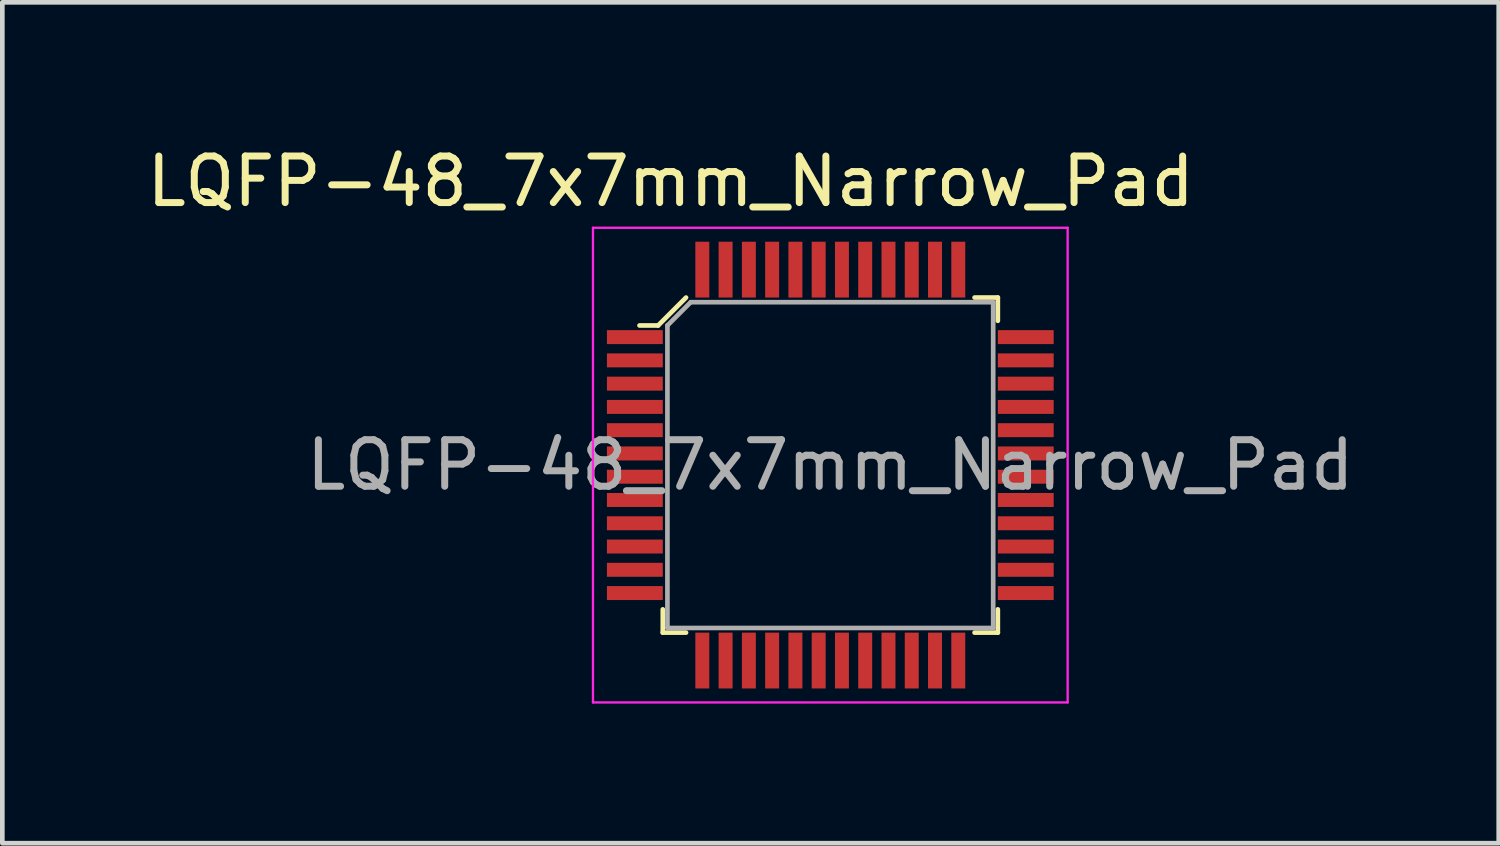
<source format=kicad_pcb>
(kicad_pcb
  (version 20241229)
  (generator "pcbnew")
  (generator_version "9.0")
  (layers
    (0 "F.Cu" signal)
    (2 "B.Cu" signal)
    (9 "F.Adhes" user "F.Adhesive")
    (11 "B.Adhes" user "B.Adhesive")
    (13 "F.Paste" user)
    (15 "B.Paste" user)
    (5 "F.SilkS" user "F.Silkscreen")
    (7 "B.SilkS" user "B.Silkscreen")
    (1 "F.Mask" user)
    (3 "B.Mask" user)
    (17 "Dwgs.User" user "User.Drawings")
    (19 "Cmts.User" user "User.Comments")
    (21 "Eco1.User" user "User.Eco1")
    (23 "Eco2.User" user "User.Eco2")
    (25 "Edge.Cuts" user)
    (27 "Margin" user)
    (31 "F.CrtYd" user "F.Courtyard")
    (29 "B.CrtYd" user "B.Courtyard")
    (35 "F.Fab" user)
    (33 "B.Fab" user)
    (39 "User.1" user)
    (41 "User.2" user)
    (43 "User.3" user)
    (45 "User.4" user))
  (footprint "LQFP-48_7x7mm_Narrow_Pad"
    (layer "F.Cu")
    (at 14.792 6.944)
    (property "Reference" "LQFP-48_7x7mm_Narrow_Pad" (at -3.429 -6.096 0) (layer "F.SilkS") (effects (font (size 1 1) (thickness 0.15))))
    (attr smd)
    (fp_line (start -3.7 -3) (end -4.1 -3) (stroke (width 0.1) (type solid)) (layer "F.SilkS"))
    (fp_line (start -3.6 3.1) (end -3.6 3.6) (stroke (width 0.1) (type solid)) (layer "F.SilkS"))
    (fp_line (start -3.6 3.6) (end -3.1 3.6) (stroke (width 0.1) (type solid)) (layer "F.SilkS"))
    (fp_line (start -3.1 -3.6) (end -3.7 -3) (stroke (width 0.1) (type solid)) (layer "F.SilkS"))
    (fp_line (start 3.1 -3.6) (end 3.6 -3.6) (stroke (width 0.1) (type solid)) (layer "F.SilkS"))
    (fp_line (start 3.6 -3.6) (end 3.6 -3.1) (stroke (width 0.1) (type solid)) (layer "F.SilkS"))
    (fp_line (start 3.6 3.1) (end 3.6 3.6) (stroke (width 0.1) (type solid)) (layer "F.SilkS"))
    (fp_line (start 3.6 3.6) (end 3.1 3.6) (stroke (width 0.1) (type solid)) (layer "F.SilkS"))
    (fp_line (start -5.1 -5.1) (end -5.1 5.1) (stroke (width 0.05) (type solid)) (layer "F.CrtYd"))
    (fp_line (start -5.1 -5.1) (end 5.1 -5.1) (stroke (width 0.05) (type solid)) (layer "F.CrtYd"))
    (fp_line (start -5.1 5.1) (end 5.1 5.1) (stroke (width 0.05) (type solid)) (layer "F.CrtYd"))
    (fp_line (start 5.1 5.1) (end 5.1 -5.1) (stroke (width 0.05) (type solid)) (layer "F.CrtYd"))
    (fp_line (start -3.5 -3) (end -3.5 3.5) (stroke (width 0.1) (type solid)) (layer "F.Fab"))
    (fp_line (start -3.5 3.5) (end 3.5 3.5) (stroke (width 0.1) (type solid)) (layer "F.Fab"))
    (fp_line (start -3 -3.5) (end -3.5 -3) (stroke (width 0.1) (type solid)) (layer "F.Fab"))
    (fp_line (start -3 -3.5) (end 3.5 -3.5) (stroke (width 0.1) (type solid)) (layer "F.Fab"))
    (fp_line (start 3.5 -3.5) (end 3.5 3.5) (stroke (width 0.1) (type solid)) (layer "F.Fab"))
    (fp_text user "${REFERENCE}" (at 0 0 0) (layer "F.Fab") (effects (font (size 1 1) (thickness 0.15))))
    (pad "1" smd rect (at -4.2 -2.75) (size 1.2 0.3) (layers "F.Cu" "F.Mask" "F.Paste"))
    (pad "2" smd rect (at -4.2 -2.25) (size 1.2 0.3) (layers "F.Cu" "F.Mask" "F.Paste"))
    (pad "3" smd rect (at -4.2 -1.75) (size 1.2 0.3) (layers "F.Cu" "F.Mask" "F.Paste"))
    (pad "4" smd rect (at -4.2 -1.25) (size 1.2 0.3) (layers "F.Cu" "F.Mask" "F.Paste"))
    (pad "5" smd rect (at -4.2 -0.75) (size 1.2 0.3) (layers "F.Cu" "F.Mask" "F.Paste"))
    (pad "6" smd rect (at -4.2 -0.25) (size 1.2 0.3) (layers "F.Cu" "F.Mask" "F.Paste"))
    (pad "7" smd rect (at -4.2 0.25) (size 1.2 0.3) (layers "F.Cu" "F.Mask" "F.Paste"))
    (pad "8" smd rect (at -4.2 0.75) (size 1.2 0.3) (layers "F.Cu" "F.Mask" "F.Paste"))
    (pad "9" smd rect (at -4.2 1.25) (size 1.2 0.3) (layers "F.Cu" "F.Mask" "F.Paste"))
    (pad "10" smd rect (at -4.2 1.75) (size 1.2 0.3) (layers "F.Cu" "F.Mask" "F.Paste"))
    (pad "11" smd rect (at -4.2 2.25) (size 1.2 0.3) (layers "F.Cu" "F.Mask" "F.Paste"))
    (pad "12" smd rect (at -4.2 2.75) (size 1.2 0.3) (layers "F.Cu" "F.Mask" "F.Paste"))
    (pad "13" smd rect (at -2.75 4.2) (size 0.3 1.2) (layers "F.Cu" "F.Mask" "F.Paste"))
    (pad "14" smd rect (at -2.25 4.2) (size 0.3 1.2) (layers "F.Cu" "F.Mask" "F.Paste"))
    (pad "15" smd rect (at -1.75 4.2) (size 0.3 1.2) (layers "F.Cu" "F.Mask" "F.Paste"))
    (pad "16" smd rect (at -1.25 4.2) (size 0.3 1.2) (layers "F.Cu" "F.Mask" "F.Paste"))
    (pad "17" smd rect (at -0.75 4.2) (size 0.3 1.2) (layers "F.Cu" "F.Mask" "F.Paste"))
    (pad "18" smd rect (at -0.25 4.2) (size 0.3 1.2) (layers "F.Cu" "F.Mask" "F.Paste"))
    (pad "19" smd rect (at 0.25 4.2) (size 0.3 1.2) (layers "F.Cu" "F.Mask" "F.Paste"))
    (pad "20" smd rect (at 0.75 4.2) (size 0.3 1.2) (layers "F.Cu" "F.Mask" "F.Paste"))
    (pad "21" smd rect (at 1.25 4.2) (size 0.3 1.2) (layers "F.Cu" "F.Mask" "F.Paste"))
    (pad "22" smd rect (at 1.75 4.2) (size 0.3 1.2) (layers "F.Cu" "F.Mask" "F.Paste"))
    (pad "23" smd rect (at 2.25 4.2) (size 0.3 1.2) (layers "F.Cu" "F.Mask" "F.Paste"))
    (pad "24" smd rect (at 2.75 4.2) (size 0.3 1.2) (layers "F.Cu" "F.Mask" "F.Paste"))
    (pad "25" smd rect (at 4.2 2.75) (size 1.2 0.3) (layers "F.Cu" "F.Mask" "F.Paste"))
    (pad "26" smd rect (at 4.2 2.25) (size 1.2 0.3) (layers "F.Cu" "F.Mask" "F.Paste"))
    (pad "27" smd rect (at 4.2 1.75) (size 1.2 0.3) (layers "F.Cu" "F.Mask" "F.Paste"))
    (pad "28" smd rect (at 4.2 1.25) (size 1.2 0.3) (layers "F.Cu" "F.Mask" "F.Paste"))
    (pad "29" smd rect (at 4.2 0.75) (size 1.2 0.3) (layers "F.Cu" "F.Mask" "F.Paste"))
    (pad "30" smd rect (at 4.2 0.25) (size 1.2 0.3) (layers "F.Cu" "F.Mask" "F.Paste"))
    (pad "31" smd rect (at 4.2 -0.25) (size 1.2 0.3) (layers "F.Cu" "F.Mask" "F.Paste"))
    (pad "32" smd rect (at 4.2 -0.75) (size 1.2 0.3) (layers "F.Cu" "F.Mask" "F.Paste"))
    (pad "33" smd rect (at 4.2 -1.25) (size 1.2 0.3) (layers "F.Cu" "F.Mask" "F.Paste"))
    (pad "34" smd rect (at 4.2 -1.75) (size 1.2 0.3) (layers "F.Cu" "F.Mask" "F.Paste"))
    (pad "35" smd rect (at 4.2 -2.25) (size 1.2 0.3) (layers "F.Cu" "F.Mask" "F.Paste"))
    (pad "36" smd rect (at 4.2 -2.75) (size 1.2 0.3) (layers "F.Cu" "F.Mask" "F.Paste"))
    (pad "37" smd rect (at 2.75 -4.2) (size 0.3 1.2) (layers "F.Cu" "F.Mask" "F.Paste"))
    (pad "38" smd rect (at 2.25 -4.2) (size 0.3 1.2) (layers "F.Cu" "F.Mask" "F.Paste"))
    (pad "39" smd rect (at 1.75 -4.2) (size 0.3 1.2) (layers "F.Cu" "F.Mask" "F.Paste"))
    (pad "40" smd rect (at 1.25 -4.2) (size 0.3 1.2) (layers "F.Cu" "F.Mask" "F.Paste"))
    (pad "41" smd rect (at 0.75 -4.2) (size 0.3 1.2) (layers "F.Cu" "F.Mask" "F.Paste"))
    (pad "42" smd rect (at 0.25 -4.2) (size 0.3 1.2) (layers "F.Cu" "F.Mask" "F.Paste"))
    (pad "43" smd rect (at -0.25 -4.2) (size 0.3 1.2) (layers "F.Cu" "F.Mask" "F.Paste"))
    (pad "44" smd rect (at -0.75 -4.2) (size 0.3 1.2) (layers "F.Cu" "F.Mask" "F.Paste"))
    (pad "45" smd rect (at -1.25 -4.2) (size 0.3 1.2) (layers "F.Cu" "F.Mask" "F.Paste"))
    (pad "46" smd rect (at -1.75 -4.2) (size 0.3 1.2) (layers "F.Cu" "F.Mask" "F.Paste"))
    (pad "47" smd rect (at -2.25 -4.2) (size 0.3 1.2) (layers "F.Cu" "F.Mask" "F.Paste"))
    (pad "48" smd rect (at -2.75 -4.2) (size 0.3 1.2) (layers "F.Cu" "F.Mask" "F.Paste")))
  (gr_rect
    (start -3 -3)
    (end 29.155 15.069)
    (stroke (width 0.1) (type default))
    (fill no)
    (layer "Edge.Cuts")))
</source>
